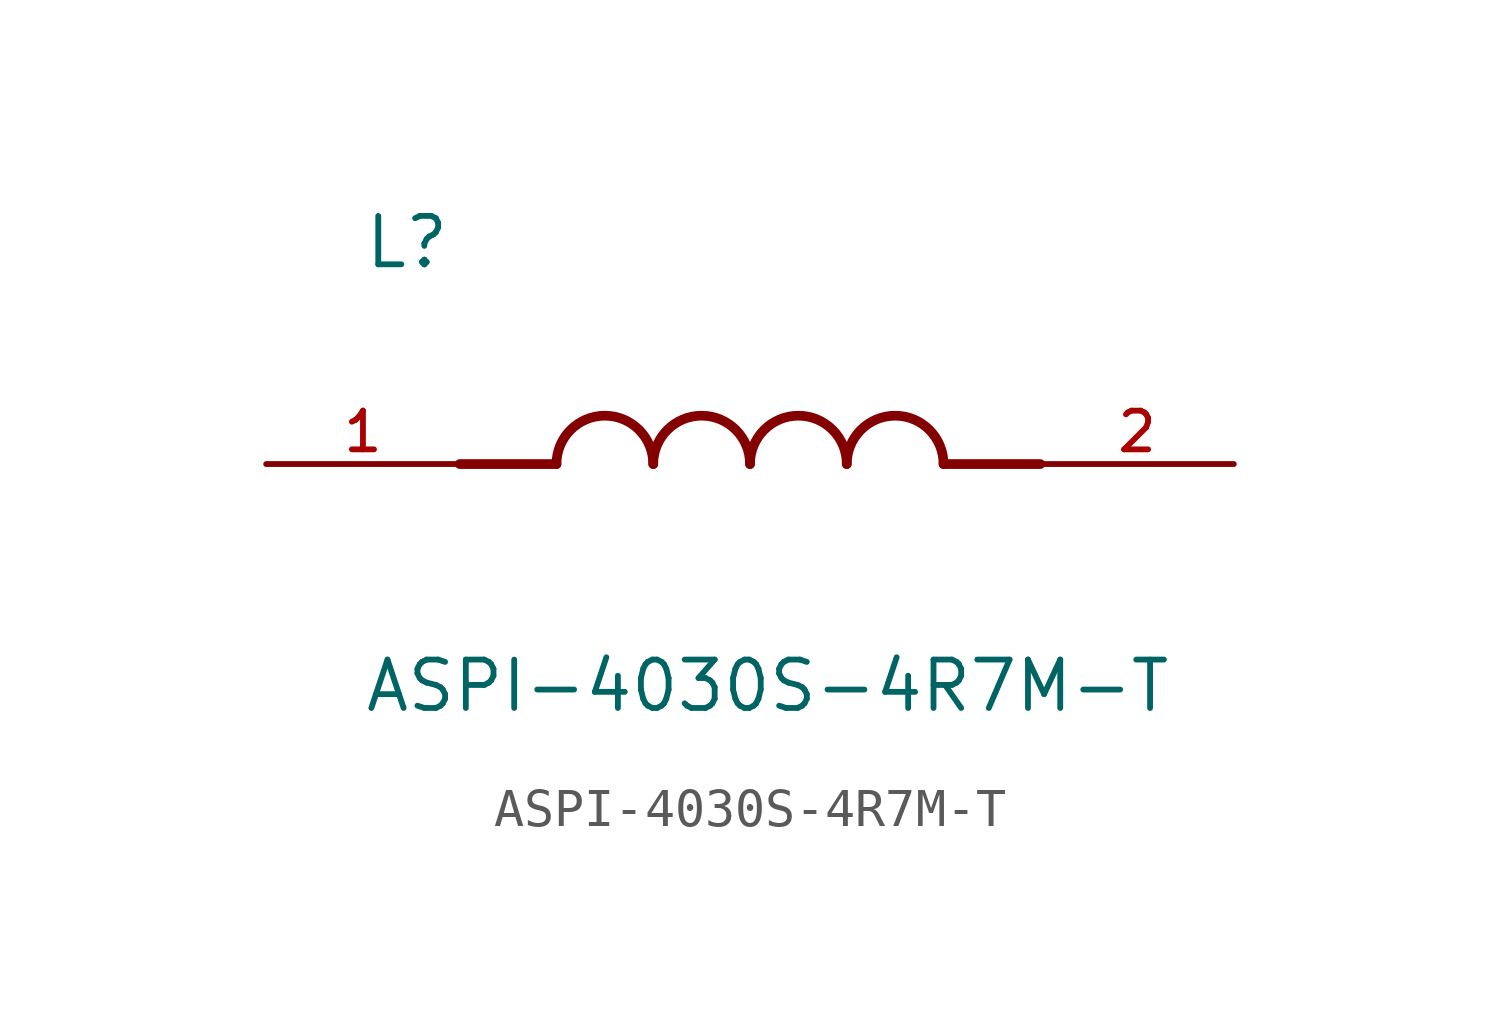
<source format=kicad_sym>
(kicad_symbol_lib
  (version 20211014)
  (generator kicad_symbol_editor)
  (symbol "ASPI-4030S-4R7M-T"
    (pin_names
      (offset 1.016))
    (property "Reference" "L"
      (at -10.16 5.08 0)
      (effects (font (size 1.27 1.27)) (justify bottom left)))
    (property "Value" "ASPI-4030S-4R7M-T"
      (at -10.16 -5.08 0)
      (effects (font (size 1.27 1.27)) (justify top left)))
    (symbol "ASPI-4030S-4R7M-T_0_0"
      (polyline (pts (xy -5.08 0.0) (xy -7.62 0.0)) (stroke (width 0.254)))
      (polyline (pts (xy 5.08 0.0) (xy 7.62 0.0)) (stroke (width 0.254)))
      (arc (start -2.54 0.0) (mid -3.81 1.27) (end -5.08 0.0) (stroke (width 0.254) (type default) (color 0 0 0 0)) (fill (type none)))
      (arc (start 0.0 0.0) (mid -1.27 1.27) (end -2.54 0.0) (stroke (width 0.254) (type default) (color 0 0 0 0)) (fill (type none)))
      (arc (start 2.54 0.0) (mid 1.27 1.27) (end 0.0 0.0) (stroke (width 0.254) (type default) (color 0 0 0 0)) (fill (type none)))
      (arc (start 5.08 0.0) (mid 3.81 1.27) (end 2.54 0.0) (stroke (width 0.254) (type default) (color 0 0 0 0)) (fill (type none)))
      (pin passive line (at -12.7 0.0 0) (length 5.08) (name "~" (effects (font (size 1.016 1.016)))) (number "1" (effects (font (size 1.016 1.016)))))
      (pin passive line (at 12.7 0.0 180.0) (length 5.08) (name "~" (effects (font (size 1.016 1.016)))) (number "2" (effects (font (size 1.016 1.016))))))))
</source>
